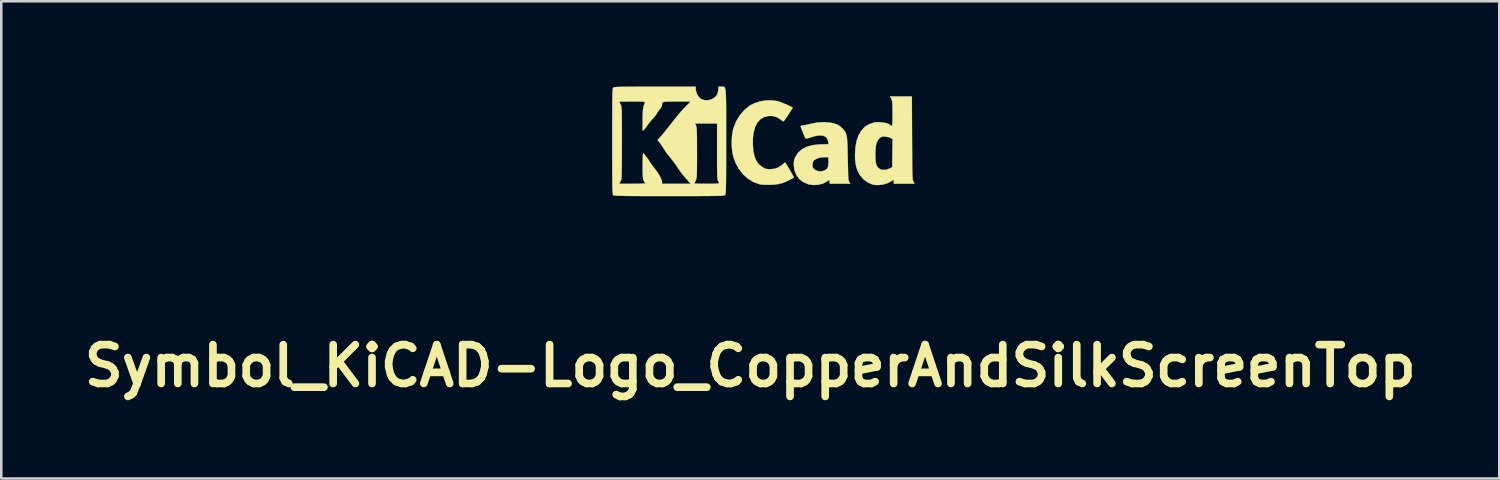
<source format=kicad_pcb>
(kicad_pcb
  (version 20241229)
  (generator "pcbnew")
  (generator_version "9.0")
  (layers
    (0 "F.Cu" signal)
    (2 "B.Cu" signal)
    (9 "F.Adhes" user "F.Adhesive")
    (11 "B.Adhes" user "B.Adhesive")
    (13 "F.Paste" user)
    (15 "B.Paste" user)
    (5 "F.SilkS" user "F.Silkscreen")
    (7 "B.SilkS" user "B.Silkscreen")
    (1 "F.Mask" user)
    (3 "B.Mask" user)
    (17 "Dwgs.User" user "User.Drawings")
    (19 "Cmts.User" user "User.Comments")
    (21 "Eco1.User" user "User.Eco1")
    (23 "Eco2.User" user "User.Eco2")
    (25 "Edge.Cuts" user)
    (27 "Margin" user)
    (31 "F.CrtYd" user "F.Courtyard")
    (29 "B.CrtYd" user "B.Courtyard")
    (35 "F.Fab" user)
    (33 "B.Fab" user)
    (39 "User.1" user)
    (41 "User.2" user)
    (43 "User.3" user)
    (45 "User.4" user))
  (footprint "Symbol_KiCAD-Logo_CopperAndSilkScreenTop"
    (layer "F.Cu")
    (at 26.887 2.306)
    (property "Reference" "Symbol_KiCAD-Logo_CopperAndSilkScreenTop" (at -0.5 9 0) (layer "F.SilkS") (effects (font (size 1.524 1.524) (thickness 0.3))))
    (attr through_hole)
    (fp_poly (pts (xy -2.044 -2.274) (xy -1.926 -2.208) (xy -1.833 -2.105) (xy -1.789 -2.019) (xy -1.759 -1.88) (xy -1.768 -1.742) (xy -1.815 -1.621) (xy -1.827 -1.602) (xy -1.918 -1.515) (xy -2.037 -1.454) (xy -2.17 -1.425) (xy -2.302 -1.428) (xy -2.42 -1.467) (xy -2.441 -1.48) (xy -2.523 -1.559) (xy -2.591 -1.667) (xy -2.633 -1.785) (xy -2.642 -1.854) (xy -2.622 -1.963) (xy -2.572 -2.078) (xy -2.501 -2.177) (xy -2.445 -2.226) (xy -2.313 -2.286) (xy -2.176 -2.301) (xy -2.044 -2.274)) (stroke (width 0.01) (type solid)) (fill yes) (layer "F.Mask"))
    (fp_poly (pts (xy -1.803 0.592) (xy -1.803 0.864) (xy -1.802 1.089) (xy -1.801 1.272) (xy -1.799 1.417) (xy -1.795 1.53) (xy -1.791 1.613) (xy -1.786 1.672) (xy -1.779 1.712) (xy -1.77 1.735) (xy -1.766 1.741) (xy -1.74 1.779) (xy -1.729 1.807) (xy -1.739 1.827) (xy -1.776 1.841) (xy -1.844 1.849) (xy -1.948 1.853) (xy -2.095 1.854) (xy -2.21 1.854) (xy -2.36 1.854) (xy -2.491 1.852) (xy -2.596 1.849) (xy -2.665 1.845) (xy -2.692 1.841) (xy -2.692 1.84) (xy -2.682 1.811) (xy -2.655 1.755) (xy -2.642 1.727) (xy -2.629 1.7) (xy -2.618 1.669) (xy -2.61 1.631) (xy -2.603 1.579) (xy -2.599 1.509) (xy -2.595 1.415) (xy -2.593 1.292) (xy -2.592 1.136) (xy -2.591 0.94) (xy -2.591 0.699) (xy -2.591 0.635) (xy -2.591 0.377) (xy -2.592 0.166) (xy -2.594 -0.005) (xy -2.596 -0.139) (xy -2.6 -0.241) (xy -2.605 -0.317) (xy -2.612 -0.372) (xy -2.62 -0.409) (xy -2.63 -0.433) (xy -2.668 -0.508) (xy -1.803 -0.508) (xy -1.803 0.592)) (stroke (width 0.01) (type solid)) (fill yes) (layer "F.Mask"))
    (fp_poly (pts (xy -3.386 -1.372) (xy -2.841 -1.372) (xy -3.04 -1.17) (xy -3.369 -0.807) (xy -3.584 -0.533) (xy -3.662 -0.43) (xy -3.757 -0.309) (xy -3.857 -0.186) (xy -3.952 -0.072) (xy -4.031 0.02) (xy -4.057 0.048) (xy -4.138 0.135) (xy -4.068 0.226) (xy -3.933 0.416) (xy -3.845 0.555) (xy -3.79 0.637) (xy -3.729 0.717) (xy -3.724 0.723) (xy -3.655 0.806) (xy -3.574 0.908) (xy -3.491 1.018) (xy -3.414 1.124) (xy -3.352 1.213) (xy -3.317 1.271) (xy -3.282 1.324) (xy -3.223 1.402) (xy -3.151 1.493) (xy -3.076 1.584) (xy -3.008 1.663) (xy -2.972 1.702) (xy -2.948 1.728) (xy -2.906 1.775) (xy -2.898 1.785) (xy -2.836 1.854) (xy -3.962 1.854) (xy -3.962 1.776) (xy -3.979 1.699) (xy -4.026 1.594) (xy -4.1 1.468) (xy -4.194 1.33) (xy -4.281 1.216) (xy -4.353 1.123) (xy -4.418 1.032) (xy -4.465 0.96) (xy -4.471 0.949) (xy -4.511 0.882) (xy -4.547 0.834) (xy -4.555 0.826) (xy -4.59 0.787) (xy -4.63 0.73) (xy -4.668 0.682) (xy -4.698 0.66) (xy -4.7 0.66) (xy -4.708 0.685) (xy -4.716 0.756) (xy -4.721 0.87) (xy -4.724 1.022) (xy -4.724 1.157) (xy -4.724 1.336) (xy -4.721 1.472) (xy -4.717 1.572) (xy -4.709 1.644) (xy -4.698 1.695) (xy -4.684 1.733) (xy -4.683 1.735) (xy -4.647 1.794) (xy -4.616 1.833) (xy -4.613 1.835) (xy -4.628 1.84) (xy -4.688 1.845) (xy -4.784 1.849) (xy -4.91 1.852) (xy -5.059 1.854) (xy -5.111 1.854) (xy -5.638 1.854) (xy -5.608 1.784) (xy -5.58 1.726) (xy -5.558 1.69) (xy -5.554 1.661) (xy -5.55 1.586) (xy -5.547 1.469) (xy -5.544 1.315) (xy -5.542 1.13) (xy -5.54 0.916) (xy -5.538 0.68) (xy -5.537 0.426) (xy -5.537 0.254) (xy -5.537 -0.05) (xy -5.538 -0.307) (xy -5.538 -0.522) (xy -5.539 -0.699) (xy -5.541 -0.842) (xy -5.544 -0.955) (xy -5.547 -1.043) (xy -5.552 -1.11) (xy -5.557 -1.159) (xy -5.564 -1.196) (xy -5.573 -1.224) (xy -5.583 -1.247) (xy -5.588 -1.257) (xy -5.619 -1.319) (xy -5.637 -1.358) (xy -5.639 -1.364) (xy -5.615 -1.366) (xy -5.547 -1.368) (xy -5.444 -1.37) (xy -5.313 -1.371) (xy -5.162 -1.372) (xy -5.128 -1.372) (xy -4.955 -1.371) (xy -4.826 -1.37) (xy -4.736 -1.368) (xy -4.678 -1.363) (xy -4.646 -1.356) (xy -4.633 -1.345) (xy -4.634 -1.331) (xy -4.636 -1.327) (xy -4.669 -1.238) (xy -4.693 -1.15) (xy -4.709 -1.051) (xy -4.719 -0.931) (xy -4.724 -0.779) (xy -4.724 -0.639) (xy -4.724 -0.219) (xy -4.648 -0.292) (xy -4.601 -0.342) (xy -4.574 -0.38) (xy -4.572 -0.387) (xy -4.557 -0.412) (xy -4.517 -0.466) (xy -4.462 -0.536) (xy -4.401 -0.611) (xy -4.342 -0.682) (xy -4.294 -0.736) (xy -4.267 -0.762) (xy -4.244 -0.789) (xy -4.206 -0.845) (xy -4.178 -0.889) (xy -4.12 -0.977) (xy -4.057 -1.063) (xy -4.035 -1.092) (xy -3.99 -1.158) (xy -3.965 -1.219) (xy -3.962 -1.236) (xy -3.962 -1.279) (xy -3.956 -1.312) (xy -3.939 -1.337) (xy -3.905 -1.353) (xy -3.847 -1.363) (xy -3.759 -1.369) (xy -3.635 -1.371) (xy -3.469 -1.372) (xy -3.386 -1.372)) (stroke (width 0.01) (type solid)) (fill yes) (layer "F.Mask"))
    (fp_poly (pts (xy 0.545 -1.394) (xy 0.586 -1.384) (xy 0.657 -1.361) (xy 0.752 -1.325) (xy 0.86 -1.281) (xy 0.967 -1.234) (xy 1.061 -1.19) (xy 1.131 -1.153) (xy 1.162 -1.132) (xy 1.152 -1.109) (xy 1.12 -1.054) (xy 1.071 -0.977) (xy 1.013 -0.888) (xy 0.951 -0.795) (xy 0.893 -0.71) (xy 0.843 -0.641) (xy 0.811 -0.6) (xy 0.782 -0.602) (xy 0.73 -0.633) (xy 0.686 -0.667) (xy 0.541 -0.759) (xy 0.376 -0.804) (xy 0.218 -0.806) (xy 0.047 -0.765) (xy -0.097 -0.682) (xy -0.214 -0.557) (xy -0.303 -0.392) (xy -0.364 -0.187) (xy -0.396 0.056) (xy -0.4 0.33) (xy -0.378 0.578) (xy -0.333 0.784) (xy -0.262 0.952) (xy -0.164 1.087) (xy -0.037 1.193) (xy -0.007 1.211) (xy 0.07 1.251) (xy 0.141 1.273) (xy 0.229 1.281) (xy 0.292 1.281) (xy 0.452 1.265) (xy 0.591 1.217) (xy 0.725 1.131) (xy 0.775 1.089) (xy 0.829 1.044) (xy 0.865 1.02) (xy 0.873 1.019) (xy 0.895 1.052) (xy 0.934 1.116) (xy 0.985 1.201) (xy 1.042 1.298) (xy 1.098 1.395) (xy 1.149 1.485) (xy 1.189 1.556) (xy 1.212 1.599) (xy 1.215 1.608) (xy 1.19 1.622) (xy 1.132 1.652) (xy 1.054 1.694) (xy 1.049 1.696) (xy 0.887 1.777) (xy 0.744 1.832) (xy 0.602 1.867) (xy 0.443 1.887) (xy 0.292 1.894) (xy 0.099 1.896) (xy -0.053 1.886) (xy -0.144 1.871) (xy -0.376 1.786) (xy -0.589 1.657) (xy -0.779 1.488) (xy -0.941 1.284) (xy -1.072 1.048) (xy -1.168 0.786) (xy -1.172 0.77) (xy -1.209 0.583) (xy -1.228 0.369) (xy -1.229 0.145) (xy -1.213 -0.07) (xy -1.18 -0.259) (xy -1.172 -0.291) (xy -1.07 -0.565) (xy -0.927 -0.811) (xy -0.746 -1.025) (xy -0.529 -1.206) (xy -0.508 -1.22) (xy -0.33 -1.312) (xy -0.122 -1.378) (xy 0.102 -1.415) (xy 0.329 -1.421) (xy 0.545 -1.394)) (stroke (width 0.01) (type solid)) (fill yes) (layer "F.SilkS"))
    (fp_poly (pts (xy 5.847 0.057) (xy 5.849 0.387) (xy 5.851 0.67) (xy 5.852 0.91) (xy 5.854 1.11) (xy 5.857 1.275) (xy 5.859 1.408) (xy 5.863 1.514) (xy 5.867 1.595) (xy 5.872 1.657) (xy 5.878 1.701) (xy 5.885 1.734) (xy 5.893 1.757) (xy 5.9 1.772) (xy 5.945 1.854) (xy 5.131 1.854) (xy 5.131 1.778) (xy 5.127 1.724) (xy 5.119 1.702) (xy 5.119 1.702) (xy 5.093 1.715) (xy 5.041 1.748) (xy 5.014 1.765) (xy 4.882 1.833) (xy 4.722 1.88) (xy 4.553 1.903) (xy 4.393 1.901) (xy 4.293 1.881) (xy 4.109 1.8) (xy 3.943 1.678) (xy 3.809 1.526) (xy 3.747 1.424) (xy 3.68 1.266) (xy 3.636 1.1) (xy 3.613 0.911) (xy 3.607 0.725) (xy 3.608 0.711) (xy 4.408 0.711) (xy 4.413 0.887) (xy 4.426 1.02) (xy 4.451 1.12) (xy 4.491 1.194) (xy 4.547 1.25) (xy 4.579 1.272) (xy 4.685 1.31) (xy 4.811 1.307) (xy 4.946 1.264) (xy 4.97 1.252) (xy 5.067 1.202) (xy 5.074 0.652) (xy 5.081 0.103) (xy 5.014 0.059) (xy 4.95 0.033) (xy 4.861 0.012) (xy 4.803 0.005) (xy 4.714 0.002) (xy 4.655 0.012) (xy 4.605 0.041) (xy 4.579 0.062) (xy 4.512 0.135) (xy 4.463 0.231) (xy 4.43 0.355) (xy 4.413 0.516) (xy 4.408 0.711) (xy 3.608 0.711) (xy 3.624 0.429) (xy 3.672 0.169) (xy 3.75 -0.053) (xy 3.859 -0.238) (xy 3.997 -0.383) (xy 4.164 -0.487) (xy 4.359 -0.55) (xy 4.398 -0.557) (xy 4.514 -0.565) (xy 4.641 -0.559) (xy 4.768 -0.539) (xy 4.881 -0.51) (xy 4.968 -0.473) (xy 5.016 -0.432) (xy 5.037 -0.408) (xy 5.053 -0.413) (xy 5.065 -0.451) (xy 5.073 -0.527) (xy 5.078 -0.644) (xy 5.08 -0.806) (xy 5.08 -0.896) (xy 5.079 -1.07) (xy 5.077 -1.202) (xy 5.073 -1.298) (xy 5.066 -1.368) (xy 5.056 -1.42) (xy 5.041 -1.461) (xy 5.032 -1.481) (xy 4.984 -1.575) (xy 5.84 -1.575) (xy 5.847 0.057)) (stroke (width 0.01) (type solid)) (fill yes) (layer "F.SilkS"))
    (fp_poly (pts (xy 2.628 -0.548) (xy 2.804 -0.508) (xy 2.923 -0.463) (xy 3.015 -0.407) (xy 3.098 -0.334) (xy 3.151 -0.279) (xy 3.194 -0.227) (xy 3.229 -0.173) (xy 3.257 -0.111) (xy 3.278 -0.034) (xy 3.293 0.062) (xy 3.305 0.183) (xy 3.313 0.335) (xy 3.319 0.525) (xy 3.323 0.756) (xy 3.326 0.877) (xy 3.33 1.109) (xy 3.334 1.296) (xy 3.338 1.443) (xy 3.343 1.555) (xy 3.349 1.638) (xy 3.356 1.698) (xy 3.365 1.74) (xy 3.376 1.769) (xy 3.385 1.786) (xy 3.43 1.854) (xy 2.619 1.854) (xy 2.603 1.701) (xy 2.504 1.768) (xy 2.348 1.847) (xy 2.167 1.893) (xy 1.977 1.904) (xy 1.794 1.878) (xy 1.761 1.868) (xy 1.574 1.786) (xy 1.424 1.669) (xy 1.311 1.519) (xy 1.238 1.342) (xy 1.209 1.139) (xy 1.209 1.118) (xy 1.209 1.089) (xy 1.938 1.089) (xy 1.942 1.178) (xy 1.952 1.209) (xy 2.015 1.289) (xy 2.11 1.343) (xy 2.223 1.367) (xy 2.342 1.356) (xy 2.38 1.345) (xy 2.467 1.303) (xy 2.522 1.25) (xy 2.553 1.175) (xy 2.565 1.066) (xy 2.565 1.012) (xy 2.565 0.813) (xy 2.399 0.813) (xy 2.236 0.828) (xy 2.097 0.871) (xy 2.002 0.932) (xy 1.959 0.998) (xy 1.938 1.089) (xy 1.209 1.089) (xy 1.211 1.003) (xy 1.225 0.916) (xy 1.255 0.832) (xy 1.278 0.782) (xy 1.382 0.626) (xy 1.527 0.5) (xy 1.71 0.405) (xy 1.933 0.341) (xy 2.193 0.309) (xy 2.334 0.305) (xy 2.572 0.305) (xy 2.558 0.201) (xy 2.522 0.088) (xy 2.45 0.01) (xy 2.344 -0.034) (xy 2.204 -0.042) (xy 2.032 -0.014) (xy 1.855 0.04) (xy 1.77 0.067) (xy 1.705 0.082) (xy 1.673 0.082) (xy 1.673 0.082) (xy 1.655 0.05) (xy 1.625 -0.016) (xy 1.588 -0.103) (xy 1.549 -0.199) (xy 1.513 -0.289) (xy 1.486 -0.362) (xy 1.474 -0.403) (xy 1.473 -0.407) (xy 1.495 -0.425) (xy 1.538 -0.432) (xy 1.59 -0.438) (xy 1.677 -0.455) (xy 1.785 -0.479) (xy 1.862 -0.498) (xy 2.128 -0.549) (xy 2.387 -0.565) (xy 2.628 -0.548)) (stroke (width 0.01) (type solid)) (fill yes) (layer "F.SilkS"))
    (fp_poly (pts (xy -1.549 -1.957) (xy -1.527 -1.95) (xy -1.508 -1.934) (xy -1.493 -1.905) (xy -1.481 -1.861) (xy -1.47 -1.798) (xy -1.463 -1.713) (xy -1.457 -1.603) (xy -1.453 -1.465) (xy -1.45 -1.296) (xy -1.448 -1.092) (xy -1.448 -0.851) (xy -1.448 -0.568) (xy -1.448 -0.242) (xy -1.448 0.131) (xy -1.448 0.191) (xy -1.448 0.566) (xy -1.448 0.894) (xy -1.449 1.177) (xy -1.45 1.42) (xy -1.451 1.624) (xy -1.452 1.794) (xy -1.455 1.933) (xy -1.457 2.043) (xy -1.461 2.129) (xy -1.465 2.193) (xy -1.47 2.239) (xy -1.475 2.269) (xy -1.482 2.288) (xy -1.488 2.297) (xy -1.499 2.304) (xy -1.519 2.31) (xy -1.552 2.316) (xy -1.599 2.32) (xy -1.666 2.324) (xy -1.755 2.327) (xy -1.868 2.33) (xy -2.01 2.332) (xy -2.183 2.334) (xy -2.39 2.335) (xy -2.635 2.336) (xy -2.921 2.336) (xy -3.251 2.337) (xy -3.628 2.337) (xy -3.683 2.337) (xy -4.067 2.337) (xy -4.403 2.336) (xy -4.695 2.336) (xy -4.945 2.335) (xy -5.158 2.334) (xy -5.335 2.332) (xy -5.481 2.33) (xy -5.598 2.328) (xy -5.689 2.325) (xy -5.759 2.321) (xy -5.809 2.316) (xy -5.843 2.311) (xy -5.865 2.305) (xy -5.877 2.298) (xy -5.878 2.297) (xy -5.886 2.286) (xy -5.892 2.265) (xy -5.897 2.232) (xy -5.902 2.184) (xy -5.906 2.116) (xy -5.909 2.026) (xy -5.912 1.911) (xy -5.914 1.767) (xy -5.915 1.591) (xy -5.917 1.381) (xy -5.917 1.131) (xy -5.918 0.84) (xy -5.918 0.504) (xy -5.918 0.191) (xy -5.918 -0.185) (xy -5.918 -0.513) (xy -5.917 -0.796) (xy -5.916 -1.039) (xy -5.915 -1.243) (xy -5.914 -1.364) (xy -5.639 -1.364) (xy -5.628 -1.339) (xy -5.602 -1.285) (xy -5.588 -1.257) (xy -5.577 -1.234) (xy -5.568 -1.209) (xy -5.56 -1.176) (xy -5.554 -1.133) (xy -5.549 -1.074) (xy -5.545 -0.996) (xy -5.542 -0.894) (xy -5.54 -0.764) (xy -5.539 -0.603) (xy -5.538 -0.404) (xy -5.537 -0.166) (xy -5.537 0.118) (xy -5.537 0.254) (xy -5.538 0.518) (xy -5.539 0.766) (xy -5.54 0.995) (xy -5.542 1.199) (xy -5.545 1.374) (xy -5.548 1.515) (xy -5.552 1.617) (xy -5.555 1.677) (xy -5.558 1.69) (xy -5.582 1.73) (xy -5.608 1.784) (xy -5.638 1.854) (xy -5.111 1.854) (xy -4.956 1.853) (xy -4.822 1.85) (xy -4.715 1.847) (xy -4.643 1.842) (xy -4.613 1.837) (xy -4.613 1.835) (xy -4.643 1.801) (xy -4.679 1.743) (xy -4.683 1.735) (xy -4.698 1.698) (xy -4.709 1.647) (xy -4.716 1.577) (xy -4.721 1.478) (xy -4.724 1.344) (xy -4.724 1.167) (xy -4.724 1.157) (xy -4.723 0.979) (xy -4.72 0.837) (xy -4.714 0.734) (xy -4.706 0.674) (xy -4.7 0.66) (xy -4.67 0.68) (xy -4.632 0.727) (xy -4.63 0.73) (xy -4.59 0.787) (xy -4.555 0.826) (xy -4.525 0.863) (xy -4.485 0.925) (xy -4.471 0.949) (xy -4.429 1.016) (xy -4.366 1.105) (xy -4.295 1.198) (xy -4.281 1.216) (xy -4.173 1.358) (xy -4.083 1.495) (xy -4.015 1.617) (xy -3.973 1.717) (xy -3.962 1.776) (xy -3.962 1.854) (xy -2.836 1.854) (xy -2.848 1.84) (xy -2.692 1.84) (xy -2.668 1.845) (xy -2.601 1.848) (xy -2.499 1.851) (xy -2.369 1.853) (xy -2.22 1.854) (xy -2.21 1.854) (xy -2.033 1.853) (xy -1.902 1.851) (xy -1.811 1.846) (xy -1.756 1.839) (xy -1.731 1.829) (xy -1.728 1.822) (xy -1.743 1.779) (xy -1.766 1.741) (xy -1.775 1.723) (xy -1.783 1.69) (xy -1.789 1.639) (xy -1.794 1.566) (xy -1.798 1.466) (xy -1.8 1.334) (xy -1.802 1.167) (xy -1.803 0.959) (xy -1.803 0.706) (xy -1.803 0.592) (xy -1.803 -0.508) (xy -2.668 -0.508) (xy -2.63 -0.433) (xy -2.62 -0.407) (xy -2.611 -0.369) (xy -2.605 -0.313) (xy -2.6 -0.236) (xy -2.596 -0.131) (xy -2.593 0.005) (xy -2.592 0.178) (xy -2.591 0.392) (xy -2.591 0.635) (xy -2.591 0.886) (xy -2.591 1.093) (xy -2.593 1.258) (xy -2.595 1.389) (xy -2.598 1.489) (xy -2.602 1.564) (xy -2.608 1.62) (xy -2.616 1.661) (xy -2.626 1.693) (xy -2.638 1.721) (xy -2.642 1.727) (xy -2.673 1.791) (xy -2.691 1.833) (xy -2.692 1.84) (xy -2.848 1.84) (xy -2.898 1.785) (xy -2.941 1.735) (xy -2.97 1.704) (xy -2.972 1.702) (xy -3.03 1.639) (xy -3.101 1.555) (xy -3.176 1.462) (xy -3.245 1.374) (xy -3.296 1.302) (xy -3.317 1.271) (xy -3.357 1.207) (xy -3.42 1.115) (xy -3.498 1.009) (xy -3.582 0.899) (xy -3.661 0.797) (xy -3.724 0.723) (xy -3.784 0.646) (xy -3.841 0.562) (xy -3.845 0.555) (xy -3.972 0.357) (xy -4.068 0.226) (xy -4.138 0.135) (xy -4.057 0.048) (xy -3.986 -0.031) (xy -3.896 -0.138) (xy -3.797 -0.26) (xy -3.699 -0.383) (xy -3.613 -0.494) (xy -3.584 -0.533) (xy -3.279 -0.913) (xy -3.04 -1.17) (xy -2.841 -1.372) (xy -3.386 -1.372) (xy -3.571 -1.371) (xy -3.712 -1.37) (xy -3.814 -1.366) (xy -3.884 -1.358) (xy -3.927 -1.344) (xy -3.951 -1.324) (xy -3.96 -1.294) (xy -3.962 -1.255) (xy -3.962 -1.236) (xy -3.978 -1.182) (xy -4.017 -1.115) (xy -4.035 -1.092) (xy -4.093 -1.014) (xy -4.156 -0.923) (xy -4.178 -0.889) (xy -4.221 -0.822) (xy -4.255 -0.775) (xy -4.267 -0.762) (xy -4.297 -0.733) (xy -4.346 -0.677) (xy -4.405 -0.606) (xy -4.467 -0.53) (xy -4.521 -0.461) (xy -4.559 -0.409) (xy -4.572 -0.387) (xy -4.589 -0.357) (xy -4.631 -0.309) (xy -4.648 -0.292) (xy -4.724 -0.219) (xy -4.724 -0.639) (xy -4.723 -0.822) (xy -4.717 -0.965) (xy -4.706 -1.078) (xy -4.688 -1.173) (xy -4.661 -1.261) (xy -4.636 -1.327) (xy -4.633 -1.342) (xy -4.641 -1.353) (xy -4.668 -1.361) (xy -4.72 -1.367) (xy -4.802 -1.37) (xy -4.921 -1.371) (xy -5.083 -1.372) (xy -5.128 -1.372) (xy -5.283 -1.371) (xy -5.419 -1.37) (xy -5.528 -1.369) (xy -5.604 -1.367) (xy -5.638 -1.365) (xy -5.639 -1.364) (xy -5.914 -1.364) (xy -5.914 -1.413) (xy -5.911 -1.552) (xy -5.909 -1.662) (xy -5.905 -1.748) (xy -5.901 -1.812) (xy -5.896 -1.858) (xy -5.891 -1.888) (xy -5.884 -1.907) (xy -5.878 -1.916) (xy -5.866 -1.924) (xy -5.844 -1.931) (xy -5.808 -1.937) (xy -5.755 -1.942) (xy -5.681 -1.946) (xy -5.583 -1.949) (xy -5.456 -1.951) (xy -5.297 -1.953) (xy -5.103 -1.954) (xy -4.869 -1.955) (xy -4.592 -1.956) (xy -4.268 -1.956) (xy -2.642 -1.956) (xy -2.642 -1.86) (xy -2.622 -1.744) (xy -2.568 -1.625) (xy -2.493 -1.524) (xy -2.441 -1.48) (xy -2.327 -1.433) (xy -2.196 -1.422) (xy -2.062 -1.446) (xy -1.939 -1.501) (xy -1.842 -1.584) (xy -1.826 -1.604) (xy -1.779 -1.705) (xy -1.758 -1.82) (xy -1.746 -1.956) (xy -1.637 -1.956) (xy -1.603 -1.957) (xy -1.574 -1.959) (xy -1.549 -1.957)) (stroke (width 0.01) (type solid)) (fill yes) (layer "F.SilkS")))
  (gr_rect
    (start -3 -3)
    (end 55.774 15.724)
    (stroke (width 0.1) (type default))
    (fill no)
    (layer "Edge.Cuts")))
</source>
